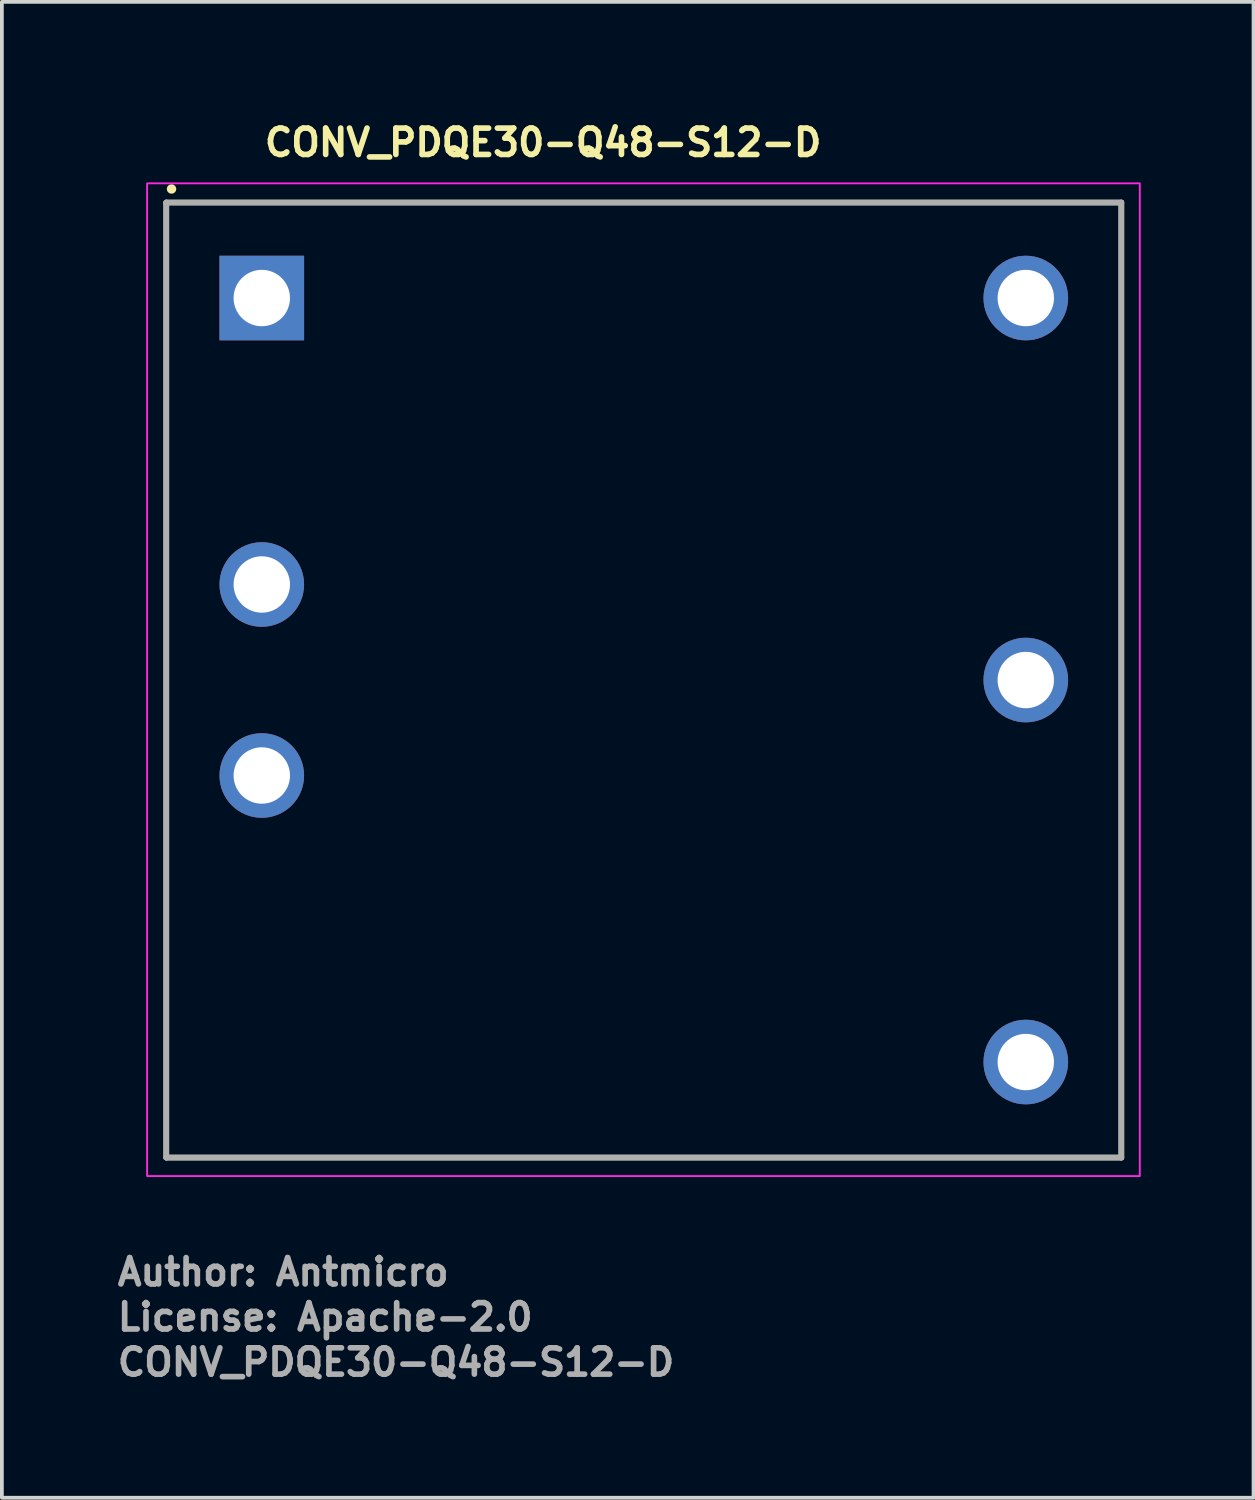
<source format=kicad_pcb>
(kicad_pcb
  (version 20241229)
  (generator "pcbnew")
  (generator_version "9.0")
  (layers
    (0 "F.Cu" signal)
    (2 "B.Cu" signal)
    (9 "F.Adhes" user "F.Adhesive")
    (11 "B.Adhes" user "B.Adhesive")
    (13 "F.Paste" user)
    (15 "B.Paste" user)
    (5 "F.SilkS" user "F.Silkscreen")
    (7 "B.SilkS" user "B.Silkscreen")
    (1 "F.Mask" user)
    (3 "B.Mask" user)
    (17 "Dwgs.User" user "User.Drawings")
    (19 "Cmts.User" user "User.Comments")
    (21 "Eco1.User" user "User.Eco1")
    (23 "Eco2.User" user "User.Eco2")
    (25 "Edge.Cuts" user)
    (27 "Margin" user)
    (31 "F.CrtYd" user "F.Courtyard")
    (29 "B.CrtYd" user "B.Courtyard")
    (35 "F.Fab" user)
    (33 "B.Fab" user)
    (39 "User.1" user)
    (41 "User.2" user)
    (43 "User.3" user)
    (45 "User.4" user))
  (footprint "CONV_PDQE30-Q48-S12-D"
    (layer "F.Cu")
    (at 3.912 4.876)
    (property "Reference" "CONV_PDQE30-Q48-S12-D" (at 0 -3.726 0) (layer "F.SilkS") (effects (font (size 0.7 0.7) (thickness 0.15)) (justify left bottom)))
    (attr through_hole)
    (fp_line (start -2.54 -2.54) (end 22.859 -2.54) (stroke (width 0.15) (type solid)) (layer "F.SilkS"))
    (fp_line (start -2.54 22.859) (end -2.54 -2.54) (stroke (width 0.15) (type solid)) (layer "F.SilkS"))
    (fp_line (start 22.859 -2.54) (end 22.859 22.859) (stroke (width 0.15) (type solid)) (layer "F.SilkS"))
    (fp_line (start 22.859 22.859) (end -2.54 22.859) (stroke (width 0.15) (type solid)) (layer "F.SilkS"))
    (fp_circle (center -2.4 -2.9) (end -2.35 -2.9) (stroke (width 0.15) (type solid)) (fill yes) (layer "F.SilkS"))
    (fp_rect (start -3.05 -3.05) (end 23.35 23.35) (stroke (width 0.05) (type solid)) (fill no) (layer "F.CrtYd"))
    (fp_line (start -2.54 -2.54) (end 22.859 -2.54) (stroke (width 0.15) (type solid)) (layer "F.Fab"))
    (fp_line (start -2.54 22.859) (end -2.54 -2.54) (stroke (width 0.15) (type solid)) (layer "F.Fab"))
    (fp_line (start 22.859 -2.54) (end 22.859 22.859) (stroke (width 0.15) (type solid)) (layer "F.Fab"))
    (fp_line (start 22.859 22.859) (end -2.54 22.859) (stroke (width 0.15) (type solid)) (layer "F.Fab"))
    (fp_rect (start -2.54 -2.54) (end 22.859 22.859) (stroke (width 0.1) (type solid)) (fill no) (layer "User.5"))
    (fp_rect (start -2.54 -2.54) (end 22.859 22.859) (stroke (width 0.1) (type solid)) (fill no) (layer "User.5"))
    (fp_rect (start -2.54 -2.54) (end 22.859 22.859) (stroke (width 0.1) (type solid)) (fill no) (layer "User.5"))
    (fp_line (start -2.54 -2.182) (end -2.54 -2.161) (stroke (width 0.02) (type solid)) (layer "User.9"))
    (fp_line (start -2.54 -2.161) (end -2.54 -2.141) (stroke (width 0.02) (type solid)) (layer "User.9"))
    (fp_line (start -2.54 22.46) (end -2.54 -2.141) (stroke (width 0.02) (type solid)) (layer "User.9"))
    (fp_line (start -2.54 22.46) (end -2.54 22.478) (stroke (width 0.02) (type solid)) (layer "User.9"))
    (fp_line (start -2.54 22.478) (end -2.54 22.498) (stroke (width 0.02) (type solid)) (layer "User.9"))
    (fp_line (start -2.54 22.498) (end -2.536 22.518) (stroke (width 0.02) (type solid)) (layer "User.9"))
    (fp_line (start -2.536 -2.202) (end -2.54 -2.182) (stroke (width 0.02) (type solid)) (layer "User.9"))
    (fp_line (start -2.536 22.518) (end -2.532 22.539) (stroke (width 0.02) (type solid)) (layer "User.9"))
    (fp_line (start -2.532 -2.222) (end -2.536 -2.202) (stroke (width 0.02) (type solid)) (layer "User.9"))
    (fp_line (start -2.532 22.539) (end -2.528 22.559) (stroke (width 0.02) (type solid)) (layer "User.9"))
    (fp_line (start -2.528 -2.242) (end -2.532 -2.222) (stroke (width 0.02) (type solid)) (layer "User.9"))
    (fp_line (start -2.528 22.559) (end -2.524 22.577) (stroke (width 0.02) (type solid)) (layer "User.9"))
    (fp_line (start -2.524 -2.259) (end -2.528 -2.242) (stroke (width 0.02) (type solid)) (layer "User.9"))
    (fp_line (start -2.524 22.577) (end -2.516 22.597) (stroke (width 0.02) (type solid)) (layer "User.9"))
    (fp_line (start -2.516 -2.278) (end -2.524 -2.259) (stroke (width 0.02) (type solid)) (layer "User.9"))
    (fp_line (start -2.516 22.597) (end -2.509 22.614) (stroke (width 0.02) (type solid)) (layer "User.9"))
    (fp_line (start -2.509 -2.298) (end -2.516 -2.278) (stroke (width 0.02) (type solid)) (layer "User.9"))
    (fp_line (start -2.509 22.614) (end -2.501 22.632) (stroke (width 0.02) (type solid)) (layer "User.9"))
    (fp_line (start -2.501 -2.315) (end -2.509 -2.298) (stroke (width 0.02) (type solid)) (layer "User.9"))
    (fp_line (start -2.501 22.632) (end -2.492 22.649) (stroke (width 0.02) (type solid)) (layer "User.9"))
    (fp_line (start -2.492 -2.331) (end -2.501 -2.315) (stroke (width 0.02) (type solid)) (layer "User.9"))
    (fp_line (start -2.492 22.649) (end -2.484 22.667) (stroke (width 0.02) (type solid)) (layer "User.9"))
    (fp_line (start -2.484 -2.348) (end -2.492 -2.331) (stroke (width 0.02) (type solid)) (layer "User.9"))
    (fp_line (start -2.484 22.667) (end -2.472 22.681) (stroke (width 0.02) (type solid)) (layer "User.9"))
    (fp_line (start -2.472 -2.364) (end -2.484 -2.348) (stroke (width 0.02) (type solid)) (layer "User.9"))
    (fp_line (start -2.472 22.681) (end -2.461 22.699) (stroke (width 0.02) (type solid)) (layer "User.9"))
    (fp_line (start -2.461 -2.38) (end -2.472 -2.364) (stroke (width 0.02) (type solid)) (layer "User.9"))
    (fp_line (start -2.461 22.699) (end -2.449 22.713) (stroke (width 0.02) (type solid)) (layer "User.9"))
    (fp_line (start -2.449 -2.395) (end -2.461 -2.38) (stroke (width 0.02) (type solid)) (layer "User.9"))
    (fp_line (start -2.449 22.713) (end -2.437 22.728) (stroke (width 0.02) (type solid)) (layer "User.9"))
    (fp_line (start -2.437 -2.411) (end -2.449 -2.395) (stroke (width 0.02) (type solid)) (layer "User.9"))
    (fp_line (start -2.437 22.728) (end -2.423 22.742) (stroke (width 0.02) (type solid)) (layer "User.9"))
    (fp_line (start -2.423 -2.423) (end -2.437 -2.411) (stroke (width 0.02) (type solid)) (layer "User.9"))
    (fp_line (start -2.423 22.742) (end -2.411 22.754) (stroke (width 0.02) (type solid)) (layer "User.9"))
    (fp_line (start -2.411 -2.437) (end -2.423 -2.423) (stroke (width 0.02) (type solid)) (layer "User.9"))
    (fp_line (start -2.411 22.754) (end -2.395 22.768) (stroke (width 0.02) (type solid)) (layer "User.9"))
    (fp_line (start -2.395 -2.449) (end -2.411 -2.437) (stroke (width 0.02) (type solid)) (layer "User.9"))
    (fp_line (start -2.395 22.768) (end -2.38 22.78) (stroke (width 0.02) (type solid)) (layer "User.9"))
    (fp_line (start -2.38 -2.461) (end -2.395 -2.449) (stroke (width 0.02) (type solid)) (layer "User.9"))
    (fp_line (start -2.38 22.78) (end -2.364 22.789) (stroke (width 0.02) (type solid)) (layer "User.9"))
    (fp_line (start -2.364 -2.472) (end -2.38 -2.461) (stroke (width 0.02) (type solid)) (layer "User.9"))
    (fp_line (start -2.364 22.789) (end -2.348 22.8) (stroke (width 0.02) (type solid)) (layer "User.9"))
    (fp_line (start -2.348 -2.484) (end -2.364 -2.472) (stroke (width 0.02) (type solid)) (layer "User.9"))
    (fp_line (start -2.348 22.8) (end -2.331 22.809) (stroke (width 0.02) (type solid)) (layer "User.9"))
    (fp_line (start -2.331 -2.492) (end -2.348 -2.484) (stroke (width 0.02) (type solid)) (layer "User.9"))
    (fp_line (start -2.331 22.809) (end -2.315 22.818) (stroke (width 0.02) (type solid)) (layer "User.9"))
    (fp_line (start -2.315 -2.501) (end -2.331 -2.492) (stroke (width 0.02) (type solid)) (layer "User.9"))
    (fp_line (start -2.315 22.818) (end -2.298 22.827) (stroke (width 0.02) (type solid)) (layer "User.9"))
    (fp_line (start -2.298 -2.509) (end -2.315 -2.501) (stroke (width 0.02) (type solid)) (layer "User.9"))
    (fp_line (start -2.298 22.827) (end -2.278 22.835) (stroke (width 0.02) (type solid)) (layer "User.9"))
    (fp_line (start -2.278 -2.516) (end -2.298 -2.509) (stroke (width 0.02) (type solid)) (layer "User.9"))
    (fp_line (start -2.278 22.835) (end -2.259 22.841) (stroke (width 0.02) (type solid)) (layer "User.9"))
    (fp_line (start -2.259 -2.524) (end -2.278 -2.516) (stroke (width 0.02) (type solid)) (layer "User.9"))
    (fp_line (start -2.259 22.841) (end -2.242 22.847) (stroke (width 0.02) (type solid)) (layer "User.9"))
    (fp_line (start -2.242 -2.528) (end -2.259 -2.524) (stroke (width 0.02) (type solid)) (layer "User.9"))
    (fp_line (start -2.242 22.847) (end -2.222 22.85) (stroke (width 0.02) (type solid)) (layer "User.9"))
    (fp_line (start -2.222 -2.532) (end -2.242 -2.528) (stroke (width 0.02) (type solid)) (layer "User.9"))
    (fp_line (start -2.222 22.85) (end -2.202 22.853) (stroke (width 0.02) (type solid)) (layer "User.9"))
    (fp_line (start -2.202 -2.536) (end -2.222 -2.532) (stroke (width 0.02) (type solid)) (layer "User.9"))
    (fp_line (start -2.202 22.853) (end -2.182 22.856) (stroke (width 0.02) (type solid)) (layer "User.9"))
    (fp_line (start -2.182 -2.54) (end -2.202 -2.536) (stroke (width 0.02) (type solid)) (layer "User.9"))
    (fp_line (start -2.182 22.856) (end -2.161 22.859) (stroke (width 0.02) (type solid)) (layer "User.9"))
    (fp_line (start -2.161 -2.54) (end -2.182 -2.54) (stroke (width 0.02) (type solid)) (layer "User.9"))
    (fp_line (start -2.161 22.859) (end -2.141 22.859) (stroke (width 0.02) (type solid)) (layer "User.9"))
    (fp_line (start -2.141 -2.54) (end -2.161 -2.54) (stroke (width 0.02) (type solid)) (layer "User.9"))
    (fp_line (start -2.141 -2.54) (end 22.46 -2.54) (stroke (width 0.02) (type solid)) (layer "User.9"))
    (fp_line (start 22.46 -2.54) (end 22.478 -2.54) (stroke (width 0.02) (type solid)) (layer "User.9"))
    (fp_line (start 22.46 22.859) (end -2.141 22.859) (stroke (width 0.02) (type solid)) (layer "User.9"))
    (fp_line (start 22.46 22.859) (end 22.478 22.859) (stroke (width 0.02) (type solid)) (layer "User.9"))
    (fp_line (start 22.478 -2.54) (end 22.498 -2.54) (stroke (width 0.02) (type solid)) (layer "User.9"))
    (fp_line (start 22.478 22.859) (end 22.498 22.856) (stroke (width 0.02) (type solid)) (layer "User.9"))
    (fp_line (start 22.498 -2.54) (end 22.518 -2.536) (stroke (width 0.02) (type solid)) (layer "User.9"))
    (fp_line (start 22.498 22.856) (end 22.518 22.853) (stroke (width 0.02) (type solid)) (layer "User.9"))
    (fp_line (start 22.518 -2.536) (end 22.539 -2.532) (stroke (width 0.02) (type solid)) (layer "User.9"))
    (fp_line (start 22.518 22.853) (end 22.539 22.85) (stroke (width 0.02) (type solid)) (layer "User.9"))
    (fp_line (start 22.539 -2.532) (end 22.559 -2.528) (stroke (width 0.02) (type solid)) (layer "User.9"))
    (fp_line (start 22.539 22.85) (end 22.559 22.847) (stroke (width 0.02) (type solid)) (layer "User.9"))
    (fp_line (start 22.559 -2.528) (end 22.577 -2.524) (stroke (width 0.02) (type solid)) (layer "User.9"))
    (fp_line (start 22.559 22.847) (end 22.577 22.841) (stroke (width 0.02) (type solid)) (layer "User.9"))
    (fp_line (start 22.577 -2.524) (end 22.597 -2.516) (stroke (width 0.02) (type solid)) (layer "User.9"))
    (fp_line (start 22.577 22.841) (end 22.597 22.835) (stroke (width 0.02) (type solid)) (layer "User.9"))
    (fp_line (start 22.597 -2.516) (end 22.614 -2.509) (stroke (width 0.02) (type solid)) (layer "User.9"))
    (fp_line (start 22.597 22.835) (end 22.614 22.827) (stroke (width 0.02) (type solid)) (layer "User.9"))
    (fp_line (start 22.614 -2.509) (end 22.632 -2.501) (stroke (width 0.02) (type solid)) (layer "User.9"))
    (fp_line (start 22.614 22.827) (end 22.632 22.818) (stroke (width 0.02) (type solid)) (layer "User.9"))
    (fp_line (start 22.632 -2.501) (end 22.649 -2.492) (stroke (width 0.02) (type solid)) (layer "User.9"))
    (fp_line (start 22.632 22.818) (end 22.649 22.809) (stroke (width 0.02) (type solid)) (layer "User.9"))
    (fp_line (start 22.649 -2.492) (end 22.667 -2.484) (stroke (width 0.02) (type solid)) (layer "User.9"))
    (fp_line (start 22.649 22.809) (end 22.667 22.8) (stroke (width 0.02) (type solid)) (layer "User.9"))
    (fp_line (start 22.667 -2.484) (end 22.681 -2.472) (stroke (width 0.02) (type solid)) (layer "User.9"))
    (fp_line (start 22.667 22.8) (end 22.681 22.789) (stroke (width 0.02) (type solid)) (layer "User.9"))
    (fp_line (start 22.681 -2.472) (end 22.699 -2.461) (stroke (width 0.02) (type solid)) (layer "User.9"))
    (fp_line (start 22.681 22.789) (end 22.699 22.78) (stroke (width 0.02) (type solid)) (layer "User.9"))
    (fp_line (start 22.699 -2.461) (end 22.713 -2.449) (stroke (width 0.02) (type solid)) (layer "User.9"))
    (fp_line (start 22.699 22.78) (end 22.713 22.768) (stroke (width 0.02) (type solid)) (layer "User.9"))
    (fp_line (start 22.713 -2.449) (end 22.728 -2.437) (stroke (width 0.02) (type solid)) (layer "User.9"))
    (fp_line (start 22.713 22.768) (end 22.728 22.754) (stroke (width 0.02) (type solid)) (layer "User.9"))
    (fp_line (start 22.728 -2.437) (end 22.742 -2.423) (stroke (width 0.02) (type solid)) (layer "User.9"))
    (fp_line (start 22.728 22.754) (end 22.742 22.742) (stroke (width 0.02) (type solid)) (layer "User.9"))
    (fp_line (start 22.742 -2.423) (end 22.754 -2.411) (stroke (width 0.02) (type solid)) (layer "User.9"))
    (fp_line (start 22.742 22.742) (end 22.754 22.728) (stroke (width 0.02) (type solid)) (layer "User.9"))
    (fp_line (start 22.754 -2.411) (end 22.768 -2.395) (stroke (width 0.02) (type solid)) (layer "User.9"))
    (fp_line (start 22.754 22.728) (end 22.768 22.713) (stroke (width 0.02) (type solid)) (layer "User.9"))
    (fp_line (start 22.768 -2.395) (end 22.78 -2.38) (stroke (width 0.02) (type solid)) (layer "User.9"))
    (fp_line (start 22.768 22.713) (end 22.78 22.699) (stroke (width 0.02) (type solid)) (layer "User.9"))
    (fp_line (start 22.78 -2.38) (end 22.789 -2.364) (stroke (width 0.02) (type solid)) (layer "User.9"))
    (fp_line (start 22.78 22.699) (end 22.789 22.681) (stroke (width 0.02) (type solid)) (layer "User.9"))
    (fp_line (start 22.789 -2.364) (end 22.8 -2.348) (stroke (width 0.02) (type solid)) (layer "User.9"))
    (fp_line (start 22.789 22.681) (end 22.8 22.667) (stroke (width 0.02) (type solid)) (layer "User.9"))
    (fp_line (start 22.8 -2.348) (end 22.809 -2.331) (stroke (width 0.02) (type solid)) (layer "User.9"))
    (fp_line (start 22.8 22.667) (end 22.809 22.649) (stroke (width 0.02) (type solid)) (layer "User.9"))
    (fp_line (start 22.809 -2.331) (end 22.818 -2.315) (stroke (width 0.02) (type solid)) (layer "User.9"))
    (fp_line (start 22.809 22.649) (end 22.818 22.632) (stroke (width 0.02) (type solid)) (layer "User.9"))
    (fp_line (start 22.818 -2.315) (end 22.827 -2.298) (stroke (width 0.02) (type solid)) (layer "User.9"))
    (fp_line (start 22.818 22.632) (end 22.827 22.614) (stroke (width 0.02) (type solid)) (layer "User.9"))
    (fp_line (start 22.827 -2.298) (end 22.835 -2.278) (stroke (width 0.02) (type solid)) (layer "User.9"))
    (fp_line (start 22.827 22.614) (end 22.835 22.597) (stroke (width 0.02) (type solid)) (layer "User.9"))
    (fp_line (start 22.835 -2.278) (end 22.841 -2.259) (stroke (width 0.02) (type solid)) (layer "User.9"))
    (fp_line (start 22.835 22.597) (end 22.841 22.577) (stroke (width 0.02) (type solid)) (layer "User.9"))
    (fp_line (start 22.841 -2.259) (end 22.847 -2.242) (stroke (width 0.02) (type solid)) (layer "User.9"))
    (fp_line (start 22.841 22.577) (end 22.847 22.559) (stroke (width 0.02) (type solid)) (layer "User.9"))
    (fp_line (start 22.847 -2.242) (end 22.85 -2.222) (stroke (width 0.02) (type solid)) (layer "User.9"))
    (fp_line (start 22.847 22.559) (end 22.85 22.539) (stroke (width 0.02) (type solid)) (layer "User.9"))
    (fp_line (start 22.85 -2.222) (end 22.853 -2.202) (stroke (width 0.02) (type solid)) (layer "User.9"))
    (fp_line (start 22.85 22.539) (end 22.853 22.518) (stroke (width 0.02) (type solid)) (layer "User.9"))
    (fp_line (start 22.853 -2.202) (end 22.856 -2.182) (stroke (width 0.02) (type solid)) (layer "User.9"))
    (fp_line (start 22.853 22.518) (end 22.856 22.498) (stroke (width 0.02) (type solid)) (layer "User.9"))
    (fp_line (start 22.856 -2.182) (end 22.859 -2.161) (stroke (width 0.02) (type solid)) (layer "User.9"))
    (fp_line (start 22.856 22.498) (end 22.859 22.478) (stroke (width 0.02) (type solid)) (layer "User.9"))
    (fp_line (start 22.859 -2.161) (end 22.859 -2.141) (stroke (width 0.02) (type solid)) (layer "User.9"))
    (fp_line (start 22.859 -2.141) (end 22.859 22.46) (stroke (width 0.02) (type solid)) (layer "User.9"))
    (fp_line (start 22.859 22.478) (end 22.859 22.46) (stroke (width 0.02) (type solid)) (layer "User.9"))
    (fp_text user "License: Apache-2.0" (at -3.912 27.51 0) (layer "F.Fab") (effects (font (size 0.7 0.7) (thickness 0.15)) (justify left bottom)))
    (fp_text user "Author: Antmicro" (at -3.912 26.312 0) (layer "F.Fab") (effects (font (size 0.7 0.7) (thickness 0.15)) (justify left bottom)))
    (fp_text user "${REFERENCE}" (at -3.912 28.711 0) (layer "F.Fab") (effects (font (size 0.7 0.7) (thickness 0.15)) (justify left bottom)))
    (pad "1" thru_hole rect (at 0 0) (size 2.25 2.25) (drill 1.5) (layers "*.Cu" "*.Mask"))
    (pad "2" thru_hole circle (at 0 7.618) (size 2.25 2.25) (drill 1.5) (layers "*.Cu" "*.Mask"))
    (pad "3" thru_hole circle (at 0 12.698) (size 2.25 2.25) (drill 1.5) (layers "*.Cu" "*.Mask"))
    (pad "4" thru_hole circle (at 20.318 20.318) (size 2.25 2.25) (drill 1.5) (layers "*.Cu" "*.Mask"))
    (pad "5" thru_hole circle (at 20.318 10.159) (size 2.25 2.25) (drill 1.5) (layers "*.Cu" "*.Mask"))
    (pad "6" thru_hole circle (at 20.318 0) (size 2.25 2.25) (drill 1.5) (layers "*.Cu" "*.Mask")))
  (gr_rect
    (start -3 -3)
    (end 30.287 36.782)
    (stroke (width 0.1) (type default))
    (fill no)
    (layer "Edge.Cuts")))
</source>
